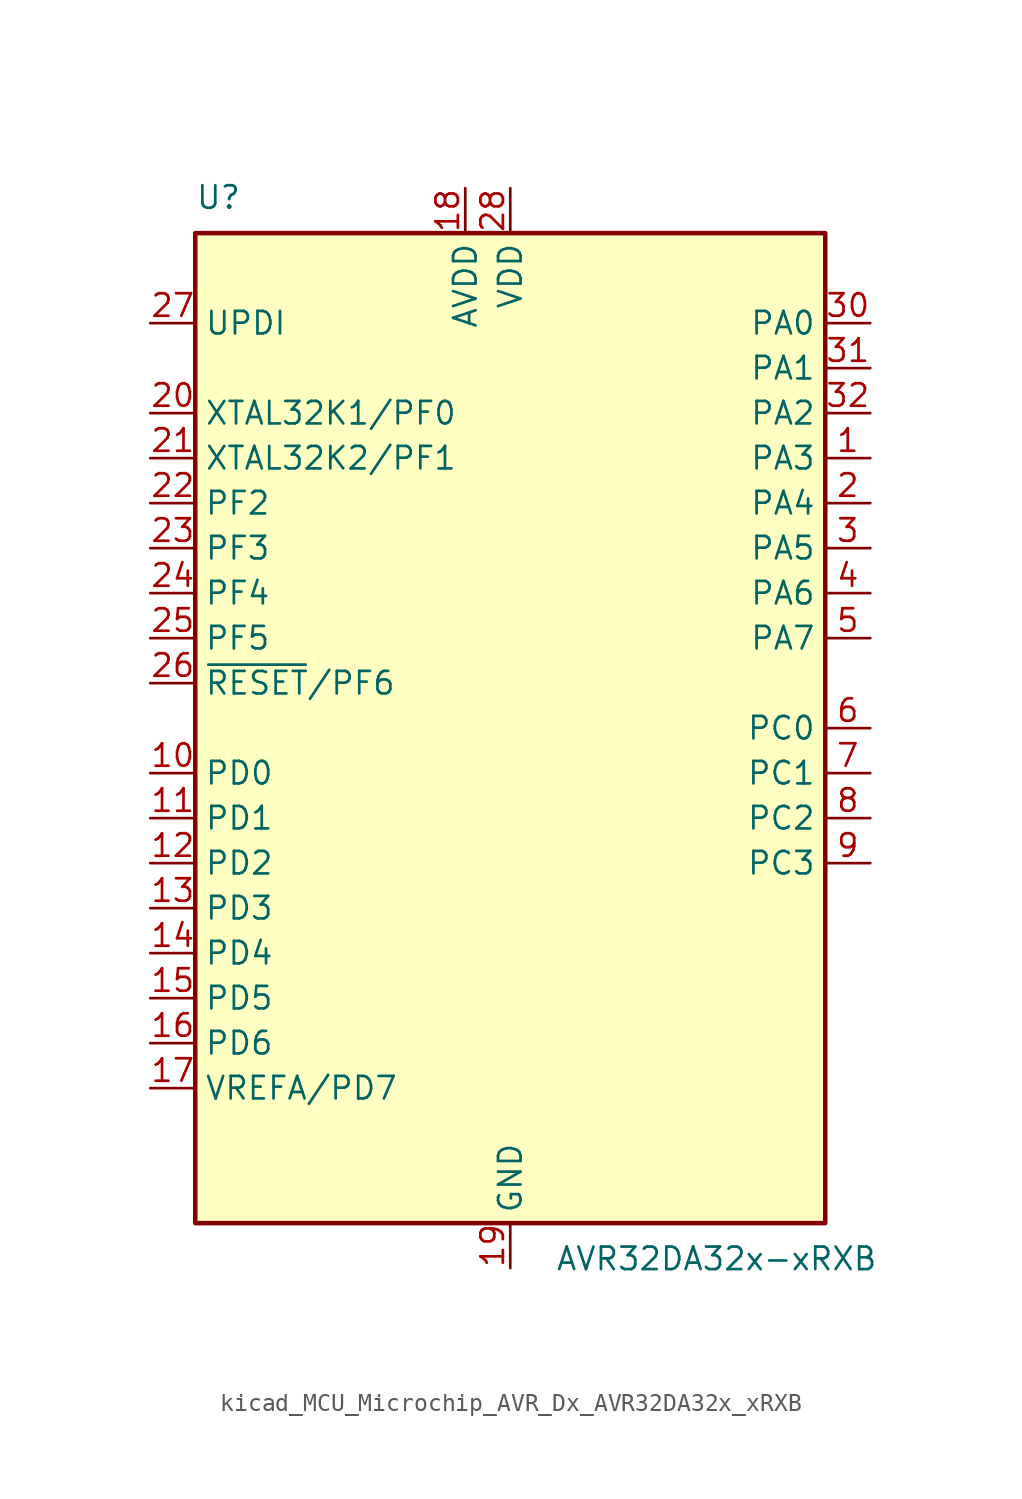
<source format=kicad_sym>
(kicad_symbol_lib
  (version 20220914)
  (generator kicad_symbol_editor)
  (symbol "kicad_MCU_Microchip_AVR_Dx_AVR32DA32x_xRXB"
    (property "Reference" "U"
      (at -17.78 29.21 0)
      (effects (font (size 1.27 1.27)) (justify left bottom)))
    (property "Value" "AVR32DA32x-xRXB"
      (at 2.54 -29.21 0)
      (effects (font (size 1.27 1.27)) (justify left top)))
    (symbol "kicad_MCU_Microchip_AVR_Dx_AVR32DA32x_xRXB_0_1"
      (rectangle (start -17.78 27.94) (end 17.78 -27.94) (stroke (width 0.254) (type default)) (fill (type background))))
    (symbol "kicad_MCU_Microchip_AVR_Dx_AVR32DA32x_xRXB_1_1"
      (pin bidirectional line (at 20.32 15.24 180) (length 2.54) (name "PA3" (effects (font (size 1.27 1.27)))) (number "1" (effects (font (size 1.27 1.27)))))
      (pin bidirectional line (at -20.32 -2.54 0) (length 2.54) (name "PD0" (effects (font (size 1.27 1.27)))) (number "10" (effects (font (size 1.27 1.27)))))
      (pin bidirectional line (at -20.32 -5.08 0) (length 2.54) (name "PD1" (effects (font (size 1.27 1.27)))) (number "11" (effects (font (size 1.27 1.27)))))
      (pin bidirectional line (at -20.32 -7.62 0) (length 2.54) (name "PD2" (effects (font (size 1.27 1.27)))) (number "12" (effects (font (size 1.27 1.27)))))
      (pin bidirectional line (at -20.32 -10.16 0) (length 2.54) (name "PD3" (effects (font (size 1.27 1.27)))) (number "13" (effects (font (size 1.27 1.27)))))
      (pin bidirectional line (at -20.32 -12.7 0) (length 2.54) (name "PD4" (effects (font (size 1.27 1.27)))) (number "14" (effects (font (size 1.27 1.27)))))
      (pin bidirectional line (at -20.32 -15.24 0) (length 2.54) (name "PD5" (effects (font (size 1.27 1.27)))) (number "15" (effects (font (size 1.27 1.27)))))
      (pin bidirectional line (at -20.32 -17.78 0) (length 2.54) (name "PD6" (effects (font (size 1.27 1.27)))) (number "16" (effects (font (size 1.27 1.27)))))
      (pin bidirectional line (at -20.32 -20.32 0) (length 2.54) (name "VREFA/PD7" (effects (font (size 1.27 1.27)))) (number "17" (effects (font (size 1.27 1.27)))))
      (pin power_in line (at -2.54 30.48 270) (length 2.54) (name "AVDD" (effects (font (size 1.27 1.27)))) (number "18" (effects (font (size 1.27 1.27)))))
      (pin power_in line (at 0 -30.48 90) (length 2.54) (name "GND" (effects (font (size 1.27 1.27)))) (number "19" (effects (font (size 1.27 1.27)))))
      (pin bidirectional line (at 20.32 12.7 180) (length 2.54) (name "PA4" (effects (font (size 1.27 1.27)))) (number "2" (effects (font (size 1.27 1.27)))))
      (pin bidirectional line (at -20.32 17.78 0) (length 2.54) (name "XTAL32K1/PF0" (effects (font (size 1.27 1.27)))) (number "20" (effects (font (size 1.27 1.27)))))
      (pin bidirectional line (at -20.32 15.24 0) (length 2.54) (name "XTAL32K2/PF1" (effects (font (size 1.27 1.27)))) (number "21" (effects (font (size 1.27 1.27)))))
      (pin bidirectional line (at -20.32 12.7 0) (length 2.54) (name "PF2" (effects (font (size 1.27 1.27)))) (number "22" (effects (font (size 1.27 1.27)))))
      (pin bidirectional line (at -20.32 10.16 0) (length 2.54) (name "PF3" (effects (font (size 1.27 1.27)))) (number "23" (effects (font (size 1.27 1.27)))))
      (pin bidirectional line (at -20.32 7.62 0) (length 2.54) (name "PF4" (effects (font (size 1.27 1.27)))) (number "24" (effects (font (size 1.27 1.27)))))
      (pin bidirectional line (at -20.32 5.08 0) (length 2.54) (name "PF5" (effects (font (size 1.27 1.27)))) (number "25" (effects (font (size 1.27 1.27)))))
      (pin bidirectional line (at -20.32 2.54 0) (length 2.54) (name "~{RESET}/PF6" (effects (font (size 1.27 1.27)))) (number "26" (effects (font (size 1.27 1.27)))))
      (pin input line (at -20.32 22.86 0) (length 2.54) (name "UPDI" (effects (font (size 1.27 1.27)))) (number "27" (effects (font (size 1.27 1.27)))))
      (pin power_in line (at 0 30.48 270) (length 2.54) (name "VDD" (effects (font (size 1.27 1.27)))) (number "28" (effects (font (size 1.27 1.27)))))
      (pin passive line (at 0 -30.48 90) (length 2.54) hide (name "GND" (effects (font (size 1.27 1.27)))) (number "29" (effects (font (size 1.27 1.27)))))
      (pin bidirectional line (at 20.32 10.16 180) (length 2.54) (name "PA5" (effects (font (size 1.27 1.27)))) (number "3" (effects (font (size 1.27 1.27)))))
      (pin bidirectional line (at 20.32 22.86 180) (length 2.54) (name "PA0" (effects (font (size 1.27 1.27)))) (number "30" (effects (font (size 1.27 1.27)))))
      (pin bidirectional line (at 20.32 20.32 180) (length 2.54) (name "PA1" (effects (font (size 1.27 1.27)))) (number "31" (effects (font (size 1.27 1.27)))))
      (pin bidirectional line (at 20.32 17.78 180) (length 2.54) (name "PA2" (effects (font (size 1.27 1.27)))) (number "32" (effects (font (size 1.27 1.27)))))
      (pin passive line (at 0 -30.48 90) (length 2.54) hide (name "GND" (effects (font (size 1.27 1.27)))) (number "33" (effects (font (size 1.27 1.27)))))
      (pin bidirectional line (at 20.32 7.62 180) (length 2.54) (name "PA6" (effects (font (size 1.27 1.27)))) (number "4" (effects (font (size 1.27 1.27)))))
      (pin bidirectional line (at 20.32 5.08 180) (length 2.54) (name "PA7" (effects (font (size 1.27 1.27)))) (number "5" (effects (font (size 1.27 1.27)))))
      (pin bidirectional line (at 20.32 0 180) (length 2.54) (name "PC0" (effects (font (size 1.27 1.27)))) (number "6" (effects (font (size 1.27 1.27)))))
      (pin bidirectional line (at 20.32 -2.54 180) (length 2.54) (name "PC1" (effects (font (size 1.27 1.27)))) (number "7" (effects (font (size 1.27 1.27)))))
      (pin bidirectional line (at 20.32 -5.08 180) (length 2.54) (name "PC2" (effects (font (size 1.27 1.27)))) (number "8" (effects (font (size 1.27 1.27)))))
      (pin bidirectional line (at 20.32 -7.62 180) (length 2.54) (name "PC3" (effects (font (size 1.27 1.27)))) (number "9" (effects (font (size 1.27 1.27))))))))
</source>
